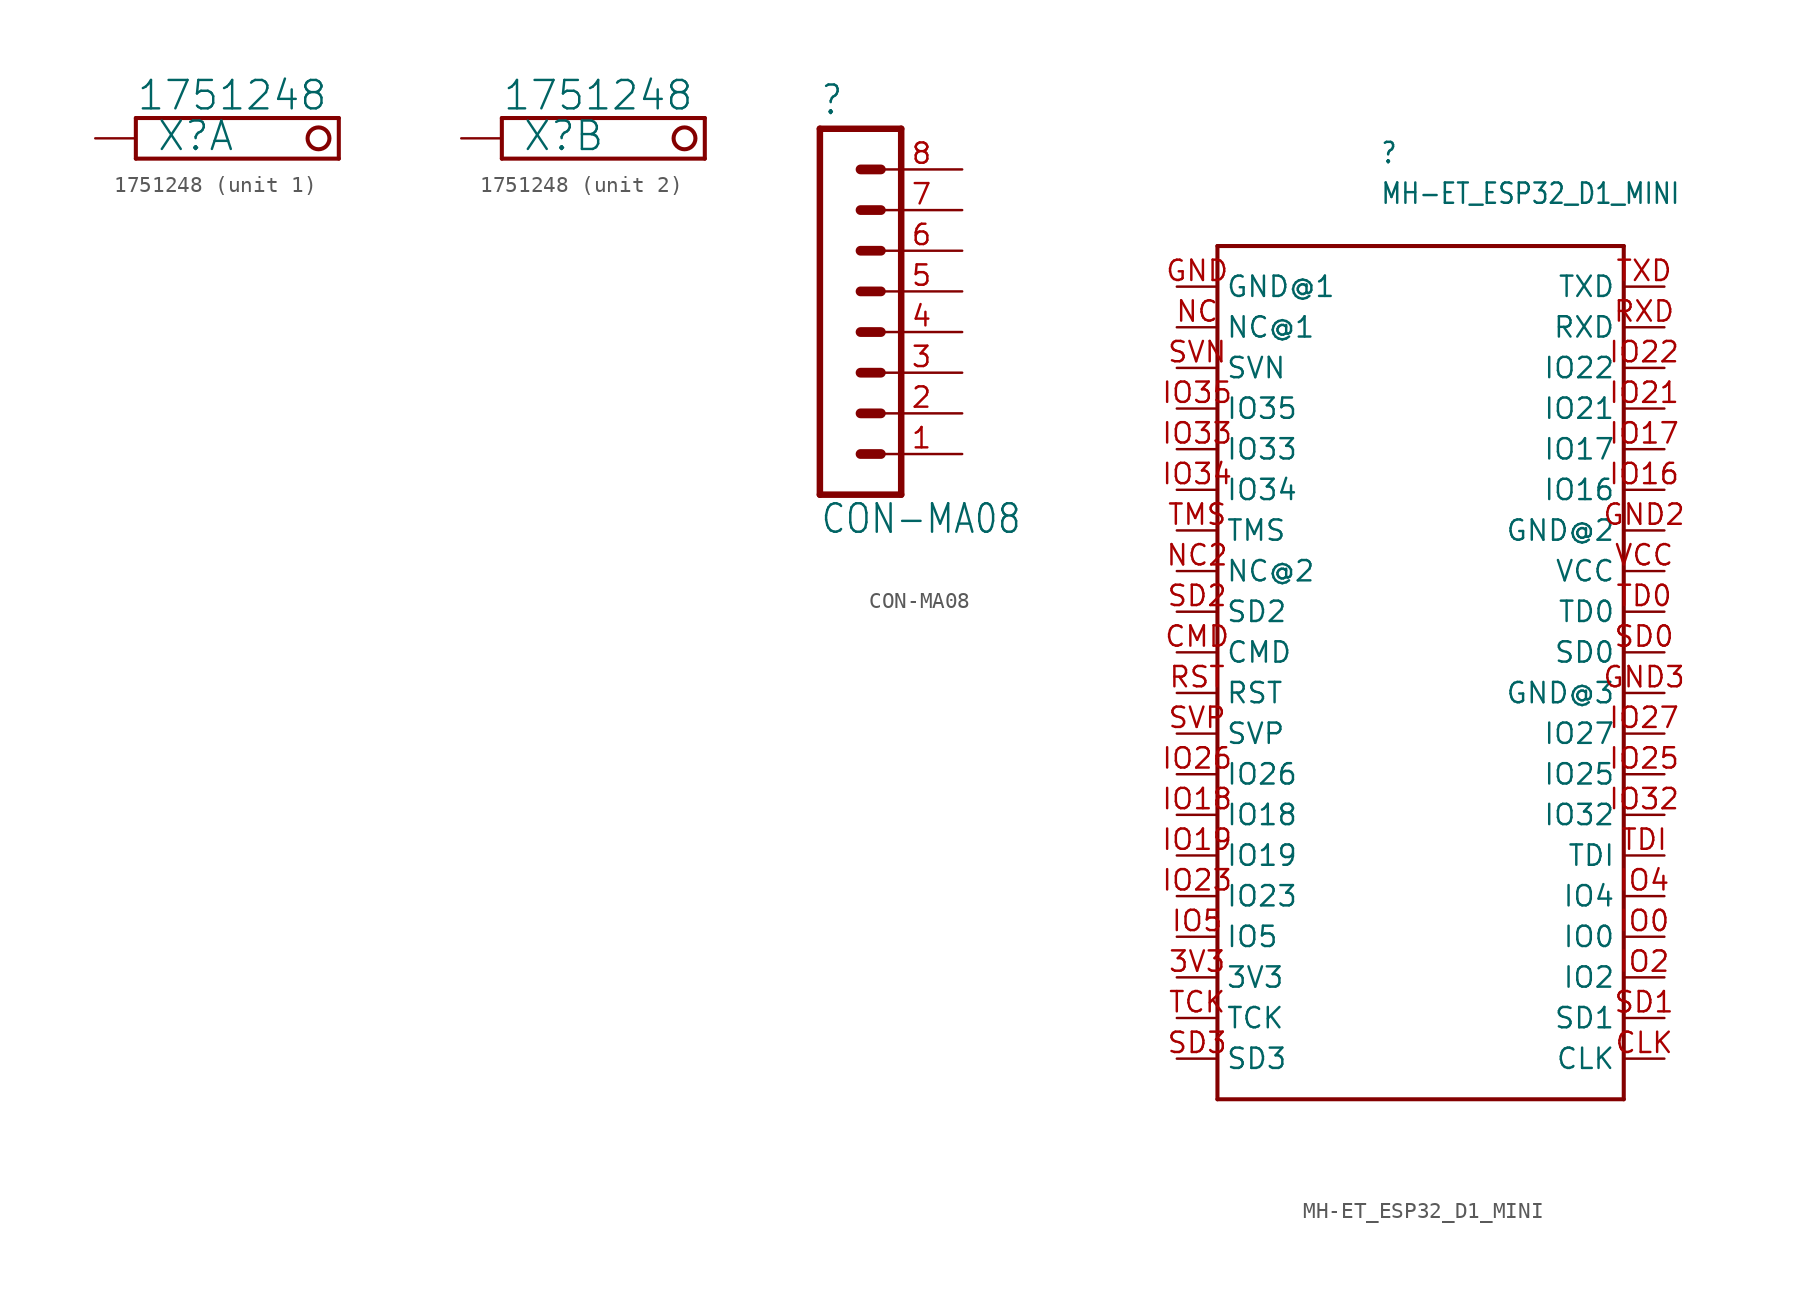
<source format=kicad_sym>
(kicad_symbol_lib
  (version 20211014)
  (generator kicad_symbol_editor)
  (symbol "1751248"
    (property "Reference" "X"
      (at 1.27 -0.889 0)
      (effects (font (size 1.778 1.778)) (justify left bottom)))
    (property "Value" "1751248"
      (at 0 1.651 0)
      (effects (font (size 1.778 1.778)) (justify left bottom)))
    (property "ki_locked" ""
      (at 0 0 0)
      (effects (font (size 1.27 1.27))))
    (symbol "1751248_1_0"
      (polyline (pts (xy 0 -1.27) (xy 0 1.27)) (stroke (width 0.254) (type default) (color 0 0 0 0)) (fill (type none)))
      (polyline (pts (xy 0 1.27) (xy 12.7 1.27)) (stroke (width 0.254) (type default) (color 0 0 0 0)) (fill (type none)))
      (polyline (pts (xy 12.7 -1.27) (xy 0 -1.27)) (stroke (width 0.254) (type default) (color 0 0 0 0)) (fill (type none)))
      (polyline (pts (xy 12.7 -1.27) (xy 12.7 1.27)) (stroke (width 0.254) (type default) (color 0 0 0 0)) (fill (type none)))
      (circle (center 11.43 0) (radius 0.684) (stroke (width 0.254) (type default) (color 0 0 0 0)) (fill (type none)))
      (pin passive line (at -2.54 0 0) (length 2.54) (name "K" (effects (font (size 0 0)))) (number "1" (effects (font (size 0 0))))))
    (symbol "1751248_2_0"
      (polyline (pts (xy 0 -1.27) (xy 0 1.27)) (stroke (width 0.254) (type default) (color 0 0 0 0)) (fill (type none)))
      (polyline (pts (xy 0 1.27) (xy 12.7 1.27)) (stroke (width 0.254) (type default) (color 0 0 0 0)) (fill (type none)))
      (polyline (pts (xy 12.7 -1.27) (xy 0 -1.27)) (stroke (width 0.254) (type default) (color 0 0 0 0)) (fill (type none)))
      (polyline (pts (xy 12.7 -1.27) (xy 12.7 1.27)) (stroke (width 0.254) (type default) (color 0 0 0 0)) (fill (type none)))
      (circle (center 11.43 0) (radius 0.684) (stroke (width 0.254) (type default) (color 0 0 0 0)) (fill (type none)))
      (pin passive line (at -2.54 0 0) (length 2.54) (name "K" (effects (font (size 0 0)))) (number "2" (effects (font (size 0 0)))))))
  (symbol "CON-MA08"
    (property "Reference" ""
      (at -3.81 10.922 0)
      (effects (font (size 1.778 1.511)) (justify left bottom)))
    (property "Value" "CON-MA08"
      (at -3.81 -15.24 0)
      (effects (font (size 1.778 1.511)) (justify left bottom)))
    (property "ki_locked" ""
      (at 0 0 0)
      (effects (font (size 1.27 1.27))))
    (symbol "CON-MA08_1_0"
      (polyline (pts (xy -3.81 10.16) (xy -3.81 -12.7)) (stroke (width 0.406) (type default) (color 0 0 0 0)) (fill (type none)))
      (polyline (pts (xy -3.81 10.16) (xy 1.27 10.16)) (stroke (width 0.406) (type default) (color 0 0 0 0)) (fill (type none)))
      (polyline (pts (xy -1.27 -10.16) (xy 0 -10.16)) (stroke (width 0.61) (type default) (color 0 0 0 0)) (fill (type none)))
      (polyline (pts (xy -1.27 -7.62) (xy 0 -7.62)) (stroke (width 0.61) (type default) (color 0 0 0 0)) (fill (type none)))
      (polyline (pts (xy -1.27 -5.08) (xy 0 -5.08)) (stroke (width 0.61) (type default) (color 0 0 0 0)) (fill (type none)))
      (polyline (pts (xy -1.27 -2.54) (xy 0 -2.54)) (stroke (width 0.61) (type default) (color 0 0 0 0)) (fill (type none)))
      (polyline (pts (xy -1.27 0) (xy 0 0)) (stroke (width 0.61) (type default) (color 0 0 0 0)) (fill (type none)))
      (polyline (pts (xy -1.27 2.54) (xy 0 2.54)) (stroke (width 0.61) (type default) (color 0 0 0 0)) (fill (type none)))
      (polyline (pts (xy -1.27 5.08) (xy 0 5.08)) (stroke (width 0.61) (type default) (color 0 0 0 0)) (fill (type none)))
      (polyline (pts (xy -1.27 7.62) (xy 0 7.62)) (stroke (width 0.61) (type default) (color 0 0 0 0)) (fill (type none)))
      (polyline (pts (xy 1.27 -12.7) (xy -3.81 -12.7)) (stroke (width 0.406) (type default) (color 0 0 0 0)) (fill (type none)))
      (polyline (pts (xy 1.27 -12.7) (xy 1.27 10.16)) (stroke (width 0.406) (type default) (color 0 0 0 0)) (fill (type none)))
      (pin passive line (at 5.08 -10.16 180) (length 5.08) (name "1" (effects (font (size 0 0)))) (number "1" (effects (font (size 1.27 1.27)))))
      (pin passive line (at 5.08 -7.62 180) (length 5.08) (name "2" (effects (font (size 0 0)))) (number "2" (effects (font (size 1.27 1.27)))))
      (pin passive line (at 5.08 -5.08 180) (length 5.08) (name "3" (effects (font (size 0 0)))) (number "3" (effects (font (size 1.27 1.27)))))
      (pin passive line (at 5.08 -2.54 180) (length 5.08) (name "4" (effects (font (size 0 0)))) (number "4" (effects (font (size 1.27 1.27)))))
      (pin passive line (at 5.08 0 180) (length 5.08) (name "5" (effects (font (size 0 0)))) (number "5" (effects (font (size 1.27 1.27)))))
      (pin passive line (at 5.08 2.54 180) (length 5.08) (name "6" (effects (font (size 0 0)))) (number "6" (effects (font (size 1.27 1.27)))))
      (pin passive line (at 5.08 5.08 180) (length 5.08) (name "7" (effects (font (size 0 0)))) (number "7" (effects (font (size 1.27 1.27)))))
      (pin passive line (at 5.08 7.62 180) (length 5.08) (name "8" (effects (font (size 0 0)))) (number "8" (effects (font (size 1.27 1.27)))))))
  (symbol "MH-ET_ESP32_D1_MINI"
    (property "Reference" ""
      (at -2.54 22.86 0)
      (effects (font (size 1.27 1.079)) (justify left bottom)))
    (property "Value" "MH-ET_ESP32_D1_MINI"
      (at -2.54 20.32 0)
      (effects (font (size 1.27 1.079)) (justify left bottom)))
    (property "ki_locked" ""
      (at 0 0 0)
      (effects (font (size 1.27 1.27))))
    (symbol "MH-ET_ESP32_D1_MINI_1_0"
      (polyline (pts (xy -12.7 -35.56) (xy -12.7 17.78)) (stroke (width 0.254) (type default) (color 0 0 0 0)) (fill (type none)))
      (polyline (pts (xy -12.7 17.78) (xy 12.7 17.78)) (stroke (width 0.254) (type default) (color 0 0 0 0)) (fill (type none)))
      (polyline (pts (xy 12.7 -35.56) (xy -12.7 -35.56)) (stroke (width 0.254) (type default) (color 0 0 0 0)) (fill (type none)))
      (polyline (pts (xy 12.7 17.78) (xy 12.7 -35.56)) (stroke (width 0.254) (type default) (color 0 0 0 0)) (fill (type none)))
      (pin bidirectional line (at -15.24 -27.94 0) (length 2.54) (name "3V3" (effects (font (size 1.27 1.27)))) (number "3V3" (effects (font (size 1.27 1.27)))))
      (pin bidirectional line (at 15.24 -33.02 180) (length 2.54) (name "CLK" (effects (font (size 1.27 1.27)))) (number "CLK" (effects (font (size 1.27 1.27)))))
      (pin bidirectional line (at -15.24 -7.62 0) (length 2.54) (name "CMD" (effects (font (size 1.27 1.27)))) (number "CMD" (effects (font (size 1.27 1.27)))))
      (pin bidirectional line (at -15.24 15.24 0) (length 2.54) (name "GND@1" (effects (font (size 1.27 1.27)))) (number "GND" (effects (font (size 1.27 1.27)))))
      (pin bidirectional line (at 15.24 0 180) (length 2.54) (name "GND@2" (effects (font (size 1.27 1.27)))) (number "GND2" (effects (font (size 1.27 1.27)))))
      (pin bidirectional line (at 15.24 -10.16 180) (length 2.54) (name "GND@3" (effects (font (size 1.27 1.27)))) (number "GND3" (effects (font (size 1.27 1.27)))))
      (pin bidirectional line (at 15.24 -25.4 180) (length 2.54) (name "IO0" (effects (font (size 1.27 1.27)))) (number "IO0" (effects (font (size 1.27 1.27)))))
      (pin bidirectional line (at 15.24 2.54 180) (length 2.54) (name "IO16" (effects (font (size 1.27 1.27)))) (number "IO16" (effects (font (size 1.27 1.27)))))
      (pin bidirectional line (at 15.24 5.08 180) (length 2.54) (name "IO17" (effects (font (size 1.27 1.27)))) (number "IO17" (effects (font (size 1.27 1.27)))))
      (pin bidirectional line (at -15.24 -17.78 0) (length 2.54) (name "IO18" (effects (font (size 1.27 1.27)))) (number "IO18" (effects (font (size 1.27 1.27)))))
      (pin bidirectional line (at -15.24 -20.32 0) (length 2.54) (name "IO19" (effects (font (size 1.27 1.27)))) (number "IO19" (effects (font (size 1.27 1.27)))))
      (pin bidirectional line (at 15.24 -27.94 180) (length 2.54) (name "IO2" (effects (font (size 1.27 1.27)))) (number "IO2" (effects (font (size 1.27 1.27)))))
      (pin bidirectional line (at 15.24 7.62 180) (length 2.54) (name "IO21" (effects (font (size 1.27 1.27)))) (number "IO21" (effects (font (size 1.27 1.27)))))
      (pin bidirectional line (at 15.24 10.16 180) (length 2.54) (name "IO22" (effects (font (size 1.27 1.27)))) (number "IO22" (effects (font (size 1.27 1.27)))))
      (pin bidirectional line (at -15.24 -22.86 0) (length 2.54) (name "IO23" (effects (font (size 1.27 1.27)))) (number "IO23" (effects (font (size 1.27 1.27)))))
      (pin bidirectional line (at 15.24 -15.24 180) (length 2.54) (name "IO25" (effects (font (size 1.27 1.27)))) (number "IO25" (effects (font (size 1.27 1.27)))))
      (pin bidirectional line (at -15.24 -15.24 0) (length 2.54) (name "IO26" (effects (font (size 1.27 1.27)))) (number "IO26" (effects (font (size 1.27 1.27)))))
      (pin bidirectional line (at 15.24 -12.7 180) (length 2.54) (name "IO27" (effects (font (size 1.27 1.27)))) (number "IO27" (effects (font (size 1.27 1.27)))))
      (pin bidirectional line (at 15.24 -17.78 180) (length 2.54) (name "IO32" (effects (font (size 1.27 1.27)))) (number "IO32" (effects (font (size 1.27 1.27)))))
      (pin bidirectional line (at -15.24 5.08 0) (length 2.54) (name "IO33" (effects (font (size 1.27 1.27)))) (number "IO33" (effects (font (size 1.27 1.27)))))
      (pin bidirectional line (at -15.24 2.54 0) (length 2.54) (name "IO34" (effects (font (size 1.27 1.27)))) (number "IO34" (effects (font (size 1.27 1.27)))))
      (pin bidirectional line (at -15.24 7.62 0) (length 2.54) (name "IO35" (effects (font (size 1.27 1.27)))) (number "IO35" (effects (font (size 1.27 1.27)))))
      (pin bidirectional line (at 15.24 -22.86 180) (length 2.54) (name "IO4" (effects (font (size 1.27 1.27)))) (number "IO4" (effects (font (size 1.27 1.27)))))
      (pin bidirectional line (at -15.24 -25.4 0) (length 2.54) (name "IO5" (effects (font (size 1.27 1.27)))) (number "IO5" (effects (font (size 1.27 1.27)))))
      (pin bidirectional line (at -15.24 12.7 0) (length 2.54) (name "NC@1" (effects (font (size 1.27 1.27)))) (number "NC" (effects (font (size 1.27 1.27)))))
      (pin bidirectional line (at -15.24 -2.54 0) (length 2.54) (name "NC@2" (effects (font (size 1.27 1.27)))) (number "NC2" (effects (font (size 1.27 1.27)))))
      (pin bidirectional line (at -15.24 -10.16 0) (length 2.54) (name "RST" (effects (font (size 1.27 1.27)))) (number "RST" (effects (font (size 1.27 1.27)))))
      (pin bidirectional line (at 15.24 12.7 180) (length 2.54) (name "RXD" (effects (font (size 1.27 1.27)))) (number "RXD" (effects (font (size 1.27 1.27)))))
      (pin bidirectional line (at 15.24 -7.62 180) (length 2.54) (name "SD0" (effects (font (size 1.27 1.27)))) (number "SD0" (effects (font (size 1.27 1.27)))))
      (pin bidirectional line (at 15.24 -30.48 180) (length 2.54) (name "SD1" (effects (font (size 1.27 1.27)))) (number "SD1" (effects (font (size 1.27 1.27)))))
      (pin bidirectional line (at -15.24 -5.08 0) (length 2.54) (name "SD2" (effects (font (size 1.27 1.27)))) (number "SD2" (effects (font (size 1.27 1.27)))))
      (pin bidirectional line (at -15.24 -33.02 0) (length 2.54) (name "SD3" (effects (font (size 1.27 1.27)))) (number "SD3" (effects (font (size 1.27 1.27)))))
      (pin bidirectional line (at -15.24 10.16 0) (length 2.54) (name "SVN" (effects (font (size 1.27 1.27)))) (number "SVN" (effects (font (size 1.27 1.27)))))
      (pin bidirectional line (at -15.24 -12.7 0) (length 2.54) (name "SVP" (effects (font (size 1.27 1.27)))) (number "SVP" (effects (font (size 1.27 1.27)))))
      (pin bidirectional line (at -15.24 -30.48 0) (length 2.54) (name "TCK" (effects (font (size 1.27 1.27)))) (number "TCK" (effects (font (size 1.27 1.27)))))
      (pin bidirectional line (at 15.24 -5.08 180) (length 2.54) (name "TD0" (effects (font (size 1.27 1.27)))) (number "TD0" (effects (font (size 1.27 1.27)))))
      (pin bidirectional line (at 15.24 -20.32 180) (length 2.54) (name "TDI" (effects (font (size 1.27 1.27)))) (number "TDI" (effects (font (size 1.27 1.27)))))
      (pin bidirectional line (at -15.24 0 0) (length 2.54) (name "TMS" (effects (font (size 1.27 1.27)))) (number "TMS" (effects (font (size 1.27 1.27)))))
      (pin bidirectional line (at 15.24 15.24 180) (length 2.54) (name "TXD" (effects (font (size 1.27 1.27)))) (number "TXD" (effects (font (size 1.27 1.27)))))
      (pin bidirectional line (at 15.24 -2.54 180) (length 2.54) (name "VCC" (effects (font (size 1.27 1.27)))) (number "VCC" (effects (font (size 1.27 1.27))))))))
</source>
